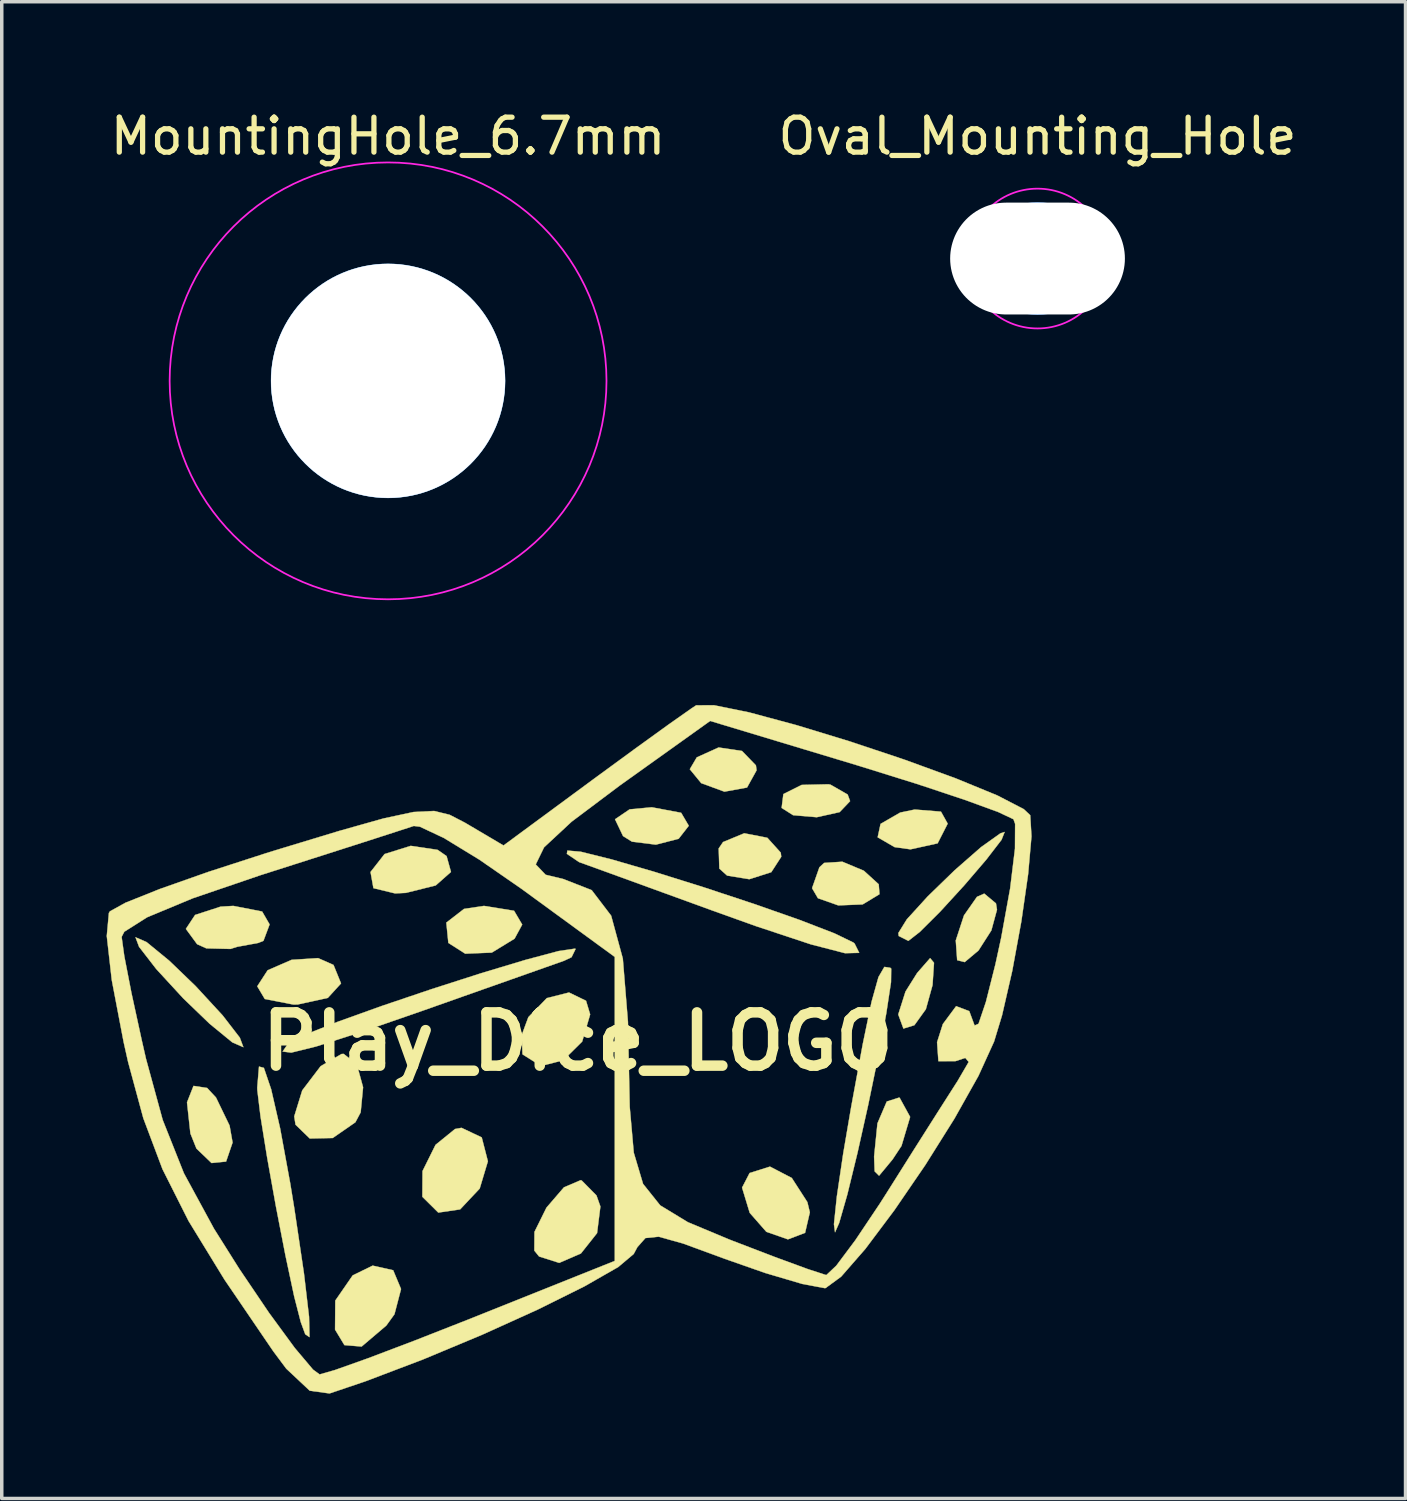
<source format=kicad_pcb>
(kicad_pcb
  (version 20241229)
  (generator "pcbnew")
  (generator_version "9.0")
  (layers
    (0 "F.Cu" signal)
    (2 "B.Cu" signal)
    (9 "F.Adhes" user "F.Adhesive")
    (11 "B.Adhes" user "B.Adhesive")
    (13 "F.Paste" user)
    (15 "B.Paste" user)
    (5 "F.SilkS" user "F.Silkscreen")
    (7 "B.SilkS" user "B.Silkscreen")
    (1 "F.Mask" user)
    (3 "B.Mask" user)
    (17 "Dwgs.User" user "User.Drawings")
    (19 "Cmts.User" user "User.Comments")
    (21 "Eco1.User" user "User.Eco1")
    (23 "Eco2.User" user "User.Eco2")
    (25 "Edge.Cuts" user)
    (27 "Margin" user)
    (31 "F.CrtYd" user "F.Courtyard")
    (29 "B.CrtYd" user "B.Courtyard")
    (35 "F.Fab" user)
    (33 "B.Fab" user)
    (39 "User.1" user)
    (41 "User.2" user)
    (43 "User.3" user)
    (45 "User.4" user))
  (footprint "Play_Dice_LOGO"
    (layer "F.Cu")
    (at 13.483 26.752)
    (property "Reference" "Play_Dice_LOGO" (at 0 0 0) (layer "F.SilkS") (effects (font (size 1.524 1.524) (thickness 0.3))))
    (attr through_hole)
    (fp_poly (pts (xy -1.824 -3.742) (xy -1.591 -3.347) (xy -1.81 -2.943) (xy -2.461 -2.545) (xy -3.221 -2.514) (xy -3.704 -2.822) (xy -3.762 -3.403) (xy -3.256 -3.795) (xy -2.684 -3.881) (xy -1.824 -3.742)) (stroke (width 0.01) (type solid)) (fill yes) (layer "F.SilkS"))
    (fp_poly (pts (xy 2.957 -6.545) (xy 3.175 -6.174) (xy 2.885 -5.802) (xy 2.234 -5.634) (xy 1.551 -5.719) (xy 1.294 -5.88) (xy 1.065 -6.36) (xy 1.483 -6.644) (xy 2.117 -6.703) (xy 2.957 -6.545)) (stroke (width 0.01) (type solid)) (fill yes) (layer "F.SilkS"))
    (fp_poly (pts (xy 4.698 -8.314) (xy 5.096 -7.903) (xy 5.115 -7.761) (xy 4.842 -7.268) (xy 4.195 -7.15) (xy 3.531 -7.394) (xy 3.205 -7.792) (xy 3.405 -8.132) (xy 4.029 -8.414) (xy 4.698 -8.314)) (stroke (width 0.01) (type solid)) (fill yes) (layer "F.SilkS"))
    (fp_poly (pts (xy 10.391 -6.578) (xy 10.583 -6.235) (xy 10.295 -5.671) (xy 9.519 -5.5) (xy 9.065 -5.563) (xy 8.58 -5.844) (xy 8.663 -6.228) (xy 9.225 -6.552) (xy 9.64 -6.638) (xy 10.391 -6.578)) (stroke (width 0.01) (type solid)) (fill yes) (layer "F.SilkS"))
    (fp_poly (pts (xy -10.607 1.328) (xy -10.353 1.601) (xy -9.964 2.405) (xy -9.878 2.89) (xy -10.064 3.434) (xy -10.48 3.476) (xy -10.912 3.062) (xy -11.085 2.63) (xy -11.182 1.741) (xy -10.996 1.269) (xy -10.607 1.328)) (stroke (width 0.01) (type solid)) (fill yes) (layer "F.SilkS"))
    (fp_poly (pts (xy -6.99 -2.192) (xy -6.775 -1.663) (xy -7.153 -1.249) (xy -8.013 -1.061) (xy -8.135 -1.058) (xy -8.956 -1.217) (xy -9.172 -1.581) (xy -8.874 -2.04) (xy -8.189 -2.338) (xy -7.431 -2.387) (xy -6.99 -2.192)) (stroke (width 0.01) (type solid)) (fill yes) (layer "F.SilkS"))
    (fp_poly (pts (xy -5.283 6.544) (xy -5.058 7.082) (xy -5.246 7.803) (xy -5.48 8.127) (xy -6.186 8.727) (xy -6.678 8.686) (xy -6.946 8.242) (xy -6.939 7.412) (xy -6.441 6.691) (xy -5.87 6.412) (xy -5.283 6.544)) (stroke (width 0.01) (type solid)) (fill yes) (layer "F.SilkS"))
    (fp_poly (pts (xy -4.013 -5.485) (xy -3.755 -5.307) (xy -3.629 -4.853) (xy -4.066 -4.467) (xy -4.92 -4.254) (xy -5.229 -4.239) (xy -5.848 -4.389) (xy -5.931 -4.851) (xy -5.529 -5.365) (xy -4.78 -5.599) (xy -4.013 -5.485)) (stroke (width 0.01) (type solid)) (fill yes) (layer "F.SilkS"))
    (fp_poly (pts (xy 5.423 -5.83) (xy 5.807 -5.405) (xy 5.821 -5.287) (xy 5.536 -4.846) (xy 4.906 -4.645) (xy 4.272 -4.749) (xy 4.05 -4.949) (xy 4.031 -5.524) (xy 4.156 -5.708) (xy 4.762 -5.959) (xy 5.423 -5.83)) (stroke (width 0.01) (type solid)) (fill yes) (layer "F.SilkS"))
    (fp_poly (pts (xy 6.123 3.904) (xy 6.568 4.594) (xy 6.639 4.887) (xy 6.503 5.473) (xy 6.012 5.66) (xy 5.395 5.444) (xy 4.919 4.901) (xy 4.7 4.18) (xy 4.916 3.762) (xy 5.498 3.579) (xy 6.123 3.904)) (stroke (width 0.01) (type solid)) (fill yes) (layer "F.SilkS"))
    (fp_poly (pts (xy 7.23 -7.35) (xy 7.721 -7.068) (xy 7.791 -6.879) (xy 7.492 -6.565) (xy 6.837 -6.419) (xy 6.16 -6.477) (xy 5.832 -6.685) (xy 5.882 -7.081) (xy 6.406 -7.343) (xy 7.17 -7.361) (xy 7.23 -7.35)) (stroke (width 0.01) (type solid)) (fill yes) (layer "F.SilkS"))
    (fp_poly (pts (xy 8.184 -4.888) (xy 8.61 -4.5) (xy 8.632 -4.216) (xy 8.15 -3.924) (xy 7.454 -3.896) (xy 6.871 -4.101) (xy 6.703 -4.389) (xy 6.913 -4.986) (xy 7.048 -5.111) (xy 7.569 -5.145) (xy 8.184 -4.888)) (stroke (width 0.01) (type solid)) (fill yes) (layer "F.SilkS"))
    (fp_poly (pts (xy 9.209 1.61) (xy 9.509 2.157) (xy 9.262 2.985) (xy 9.007 3.372) (xy 8.62 3.839) (xy 8.494 3.714) (xy 8.478 3.292) (xy 8.574 2.341) (xy 8.841 1.716) (xy 9.196 1.603) (xy 9.209 1.61)) (stroke (width 0.01) (type solid)) (fill yes) (layer "F.SilkS"))
    (fp_poly (pts (xy 10.192 -2.253) (xy 10.15 -1.615) (xy 9.959 -0.925) (xy 9.63 -0.467) (xy 9.317 -0.371) (xy 9.172 -0.766) (xy 9.172 -0.785) (xy 9.377 -1.431) (xy 9.709 -1.961) (xy 10.081 -2.387) (xy 10.192 -2.253)) (stroke (width 0.01) (type solid)) (fill yes) (layer "F.SilkS"))
    (fp_poly (pts (xy 11.965 -3.953) (xy 11.994 -3.772) (xy 11.833 -3.18) (xy 11.465 -2.605) (xy 11.07 -2.273) (xy 10.855 -2.328) (xy 10.815 -2.892) (xy 11.05 -3.609) (xy 11.422 -4.141) (xy 11.63 -4.233) (xy 11.965 -3.953)) (stroke (width 0.01) (type solid)) (fill yes) (layer "F.SilkS"))
    (fp_poly (pts (xy -2.749 2.743) (xy -2.573 3.426) (xy -2.807 4.206) (xy -3.367 4.802) (xy -3.992 4.894) (xy -4.444 4.446) (xy -4.448 4.437) (xy -4.443 3.706) (xy -4.071 2.956) (xy -3.512 2.502) (xy -3.328 2.469) (xy -2.749 2.743)) (stroke (width 0.01) (type solid)) (fill yes) (layer "F.SilkS"))
    (fp_poly (pts (xy 0.235 -1.167) (xy 0.353 -0.776) (xy 0.125 0.001) (xy -0.415 0.535) (xy -1.053 0.7) (xy -1.576 0.37) (xy -1.583 0.36) (xy -1.603 -0.191) (xy -1.415 -0.698) (xy -0.886 -1.243) (xy -0.252 -1.403) (xy 0.235 -1.167)) (stroke (width 0.01) (type solid)) (fill yes) (layer "F.SilkS"))
    (fp_poly (pts (xy -12.34 -2.846) (xy -11.689 -2.312) (xy -10.936 -1.587) (xy -10.162 -0.747) (xy -9.671 -0.111) (xy -9.569 0.162) (xy -9.885 0.024) (xy -10.536 -0.51) (xy -11.289 -1.235) (xy -12.063 -2.076) (xy -12.554 -2.711) (xy -12.656 -2.984) (xy -12.34 -2.846)) (stroke (width 0.01) (type solid)) (fill yes) (layer "F.SilkS"))
    (fp_poly (pts (xy -9.032 -3.72) (xy -8.819 -3.351) (xy -8.995 -2.882) (xy -9.143 -2.822) (xy -9.752 -2.71) (xy -9.937 -2.65) (xy -10.629 -2.667) (xy -10.893 -2.786) (xy -11.214 -3.223) (xy -10.951 -3.622) (xy -10.223 -3.859) (xy -9.857 -3.881) (xy -9.032 -3.72)) (stroke (width 0.01) (type solid)) (fill yes) (layer "F.SilkS"))
    (fp_poly (pts (xy -6.326 0.645) (xy -6.144 1.309) (xy -6.213 2.025) (xy -6.364 2.31) (xy -7.013 2.76) (xy -7.67 2.774) (xy -8.077 2.379) (xy -8.114 2.142) (xy -7.885 1.398) (xy -7.357 0.704) (xy -6.762 0.357) (xy -6.701 0.353) (xy -6.326 0.645)) (stroke (width 0.01) (type solid)) (fill yes) (layer "F.SilkS"))
    (fp_poly (pts (xy 0.111 3.976) (xy 0.534 4.404) (xy 0.646 4.72) (xy 0.551 5.481) (xy 0.089 6.064) (xy -0.532 6.333) (xy -1.108 6.15) (xy -1.244 5.982) (xy -1.24 5.447) (xy -0.897 4.753) (xy -0.396 4.171) (xy 0.08 3.968) (xy 0.111 3.976)) (stroke (width 0.01) (type solid)) (fill yes) (layer "F.SilkS"))
    (fp_poly (pts (xy 12.124 -5.772) (xy 11.689 -5.207) (xy 11.057 -4.469) (xy 10.374 -3.723) (xy 9.786 -3.137) (xy 9.458 -2.881) (xy 9.182 -3.02) (xy 9.172 -3.105) (xy 9.414 -3.496) (xy 10.015 -4.156) (xy 10.786 -4.904) (xy 11.54 -5.564) (xy 12.09 -5.956) (xy 12.213 -5.997) (xy 12.124 -5.772)) (stroke (width 0.01) (type solid)) (fill yes) (layer "F.SilkS"))
    (fp_poly (pts (xy -8.983 0.753) (xy -8.775 1.364) (xy -8.517 2.488) (xy -8.228 4.062) (xy -8.113 4.766) (xy -7.835 6.64) (xy -7.69 7.876) (xy -7.677 8.459) (xy -7.799 8.375) (xy -7.927 8.026) (xy -8.116 7.291) (xy -8.366 6.118) (xy -8.637 4.723) (xy -8.888 3.326) (xy -9.079 2.142) (xy -9.17 1.39) (xy -9.172 1.315) (xy -9.122 0.716) (xy -8.983 0.753)) (stroke (width 0.01) (type solid)) (fill yes) (layer "F.SilkS"))
    (fp_poly (pts (xy 8.942 -2.11) (xy 8.967 -2.087) (xy 8.962 -1.7) (xy 8.826 -0.804) (xy 8.595 0.428) (xy 8.308 1.818) (xy 8.001 3.192) (xy 7.712 4.375) (xy 7.478 5.191) (xy 7.36 5.458) (xy 7.329 5.227) (xy 7.412 4.433) (xy 7.594 3.204) (xy 7.82 1.882) (xy 8.154 0.069) (xy 8.406 -1.141) (xy 8.603 -1.845) (xy 8.772 -2.136) (xy 8.942 -2.11)) (stroke (width 0.01) (type solid)) (fill yes) (layer "F.SilkS"))
    (fp_poly (pts (xy 0.085 -5.431) (xy 0.972 -5.21) (xy 2.202 -4.852) (xy 3.614 -4.41) (xy 5.049 -3.935) (xy 6.346 -3.48) (xy 7.344 -3.095) (xy 7.885 -2.833) (xy 7.919 -2.805) (xy 8.052 -2.538) (xy 7.647 -2.528) (xy 6.672 -2.78) (xy 5.098 -3.302) (xy 3.881 -3.738) (xy 2.413 -4.272) (xy 1.165 -4.726) (xy 0.305 -5.038) (xy 0.038 -5.134) (xy -0.313 -5.371) (xy -0.298 -5.464) (xy 0.085 -5.431)) (stroke (width 0.01) (type solid)) (fill yes) (layer "F.SilkS"))
    (fp_poly (pts (xy -0.063 -2.65) (xy -0.179 -2.413) (xy -0.39 -2.313) (xy -0.914 -2.128) (xy -1.939 -1.766) (xy -3.302 -1.285) (xy -4.41 -0.893) (xy -6.245 -0.257) (xy -7.487 0.141) (xy -8.199 0.317) (xy -8.446 0.286) (xy -8.293 0.064) (xy -8.273 0.045) (xy -7.81 -0.194) (xy -6.868 -0.566) (xy -5.606 -1.019) (xy -4.183 -1.5) (xy -2.759 -1.957) (xy -1.495 -2.337) (xy -0.549 -2.589) (xy -0.082 -2.658) (xy -0.063 -2.65)) (stroke (width 0.01) (type solid)) (fill yes) (layer "F.SilkS"))
    (fp_poly (pts (xy 4.902 -9.418) (xy 6.254 -9.054) (xy 7.795 -8.584) (xy 9.371 -8.057) (xy 10.827 -7.525) (xy 12.009 -7.039) (xy 12.761 -6.649) (xy 12.945 -6.476) (xy 12.981 -5.872) (xy 12.885 -4.79) (xy 12.691 -3.438) (xy 12.431 -2.023) (xy 12.139 -0.752) (xy 11.911 0) (xy 11.464 0.982) (xy 10.775 2.208) (xy 9.941 3.536) (xy 9.058 4.826) (xy 8.225 5.936) (xy 7.536 6.726) (xy 7.09 7.053) (xy 7.067 7.056) (xy 6.425 6.936) (xy 5.365 6.623) (xy 4.2 6.215) (xy 3.013 5.779) (xy 2.315 5.584) (xy 1.935 5.622) (xy 1.704 5.883) (xy 1.599 6.079) (xy 1.156 6.452) (xy 0.19 7.005) (xy -1.156 7.673) (xy -2.742 8.391) (xy -4.427 9.095) (xy -6.072 9.72) (xy -7.104 10.069) (xy -7.67 9.991) (xy -8.342 9.36) (xy -8.715 8.86) (xy -10.109 6.813) (xy -11.137 5.135) (xy -11.883 3.653) (xy -12.432 2.194) (xy -12.868 0.583) (xy -12.996 0.012) (xy -13.335 -1.761) (xy -13.475 -2.995) (xy -13.053 -2.995) (xy -12.976 -2.44) (xy -12.772 -1.391) (xy -12.478 -0.041) (xy -12.357 0.489) (xy -11.878 2.243) (xy -11.271 3.769) (xy -10.408 5.358) (xy -9.689 6.5) (xy -8.835 7.763) (xy -8.099 8.767) (xy -7.576 9.387) (xy -7.388 9.525) (xy -6.951 9.4) (xy -5.998 9.061) (xy -4.667 8.556) (xy -3.096 7.939) (xy -3 7.901) (xy 1.058 6.277) (xy 1.058 -2.421) (xy -1.607 -4.367) (xy -2.619 -5.068) (xy -1.204 -5.068) (xy -0.921 -4.772) (xy -0.416 -4.65) (xy 0.397 -4.332) (xy 0.954 -3.601) (xy 1.288 -2.373) (xy 1.435 -0.56) (xy 1.446 -0.01) (xy 1.485 1.867) (xy 1.601 3.18) (xy 1.867 4.073) (xy 2.358 4.688) (xy 3.149 5.169) (xy 4.314 5.656) (xy 4.423 5.699) (xy 5.638 6.165) (xy 6.587 6.513) (xy 7.087 6.676) (xy 7.112 6.681) (xy 7.395 6.414) (xy 7.94 5.686) (xy 8.642 4.638) (xy 8.843 4.322) (xy 9.629 3.075) (xy 10.331 1.968) (xy 10.813 1.213) (xy 10.86 1.141) (xy 11.185 0.584) (xy 11.088 0.468) (xy 10.804 0.561) (xy 10.318 0.562) (xy 10.28 0.019) (xy 10.445 -0.5) (xy 10.825 -1.012) (xy 11.201 -0.869) (xy 11.353 -0.459) (xy 11.466 -0.508) (xy 11.677 -1.133) (xy 11.95 -2.215) (xy 12.114 -2.969) (xy 12.37 -4.377) (xy 12.509 -5.521) (xy 12.513 -6.229) (xy 12.466 -6.361) (xy 12.03 -6.567) (xy 11.059 -6.921) (xy 9.693 -7.375) (xy 8.073 -7.88) (xy 7.979 -7.909) (xy 3.787 -9.174) (xy 1.194 -7.321) (xy -0.177 -6.291) (xy -0.966 -5.557) (xy -1.204 -5.068) (xy -2.619 -5.068) (xy -2.811 -5.201) (xy -3.831 -5.824) (xy -4.517 -6.147) (xy -4.693 -6.169) (xy -5.181 -6.01) (xy -6.191 -5.684) (xy -7.572 -5.242) (xy -9.084 -4.759) (xy -11.015 -4.1) (xy -12.321 -3.557) (xy -12.977 -3.142) (xy -13.053 -2.995) (xy -13.475 -2.995) (xy -13.478 -3.015) (xy -13.417 -3.678) (xy -13.389 -3.725) (xy -12.942 -3.972) (xy -11.957 -4.366) (xy -10.57 -4.855) (xy -8.921 -5.389) (xy -8.63 -5.479) (xy -6.824 -6.027) (xy -5.557 -6.384) (xy -4.698 -6.568) (xy -4.112 -6.597) (xy -3.667 -6.488) (xy -3.228 -6.261) (xy -3.164 -6.223) (xy -2.126 -5.61) (xy 0.436 -7.498) (xy 1.621 -8.366) (xy 2.611 -9.081) (xy 3.254 -9.533) (xy 3.386 -9.62) (xy 3.895 -9.623) (xy 4.902 -9.418)) (stroke (width 0.01) (type solid)) (fill yes) (layer "F.SilkS")))
  (footprint "MountingHole_6.7mm"
    (layer "F.Cu")
    (at 8.054 7.848)
    (property "Reference" "MountingHole_6.7mm" (at 0 -7 0) (layer "F.SilkS") (effects (font (size 1 1) (thickness 0.15))))
    (attr through_hole)
    (fp_circle (center 0 0) (end 3.28 0) (stroke (width 0.15) (type solid)) (fill no) (layer "Cmts.User"))
    (fp_circle (center 0 0) (end 6.25 0) (stroke (width 0.05) (type solid)) (fill no) (layer "F.CrtYd"))
    (pad "" np_thru_hole circle (at 0 0) (size 6.7 6.7) (drill 6.7) (layers "*.Cu" "*.Mask" "F.SilkS")))
  (footprint "Oval_Mounting_Hole"
    (layer "F.Cu")
    (at 26.637 4.348)
    (property "Reference" "Oval_Mounting_Hole" (at 0 -3.5 0) (layer "F.SilkS") (effects (font (size 1 1) (thickness 0.15))))
    (attr through_hole)
    (fp_circle (center 0 0) (end 1.54 0) (stroke (width 0.15) (type solid)) (fill no) (layer "Cmts.User"))
    (fp_circle (center 0 0) (end 2 0) (stroke (width 0.05) (type solid)) (fill no) (layer "F.CrtYd"))
    (pad "" np_thru_hole oval (at 0 0) (size 5 3.2) (drill oval 5 3.2) (layers "*.Cu" "*.Mask")))
  (gr_rect
    (start -3 -3)
    (end 37.167 39.826)
    (stroke (width 0.1) (type default))
    (fill no)
    (layer "Edge.Cuts")))
</source>
